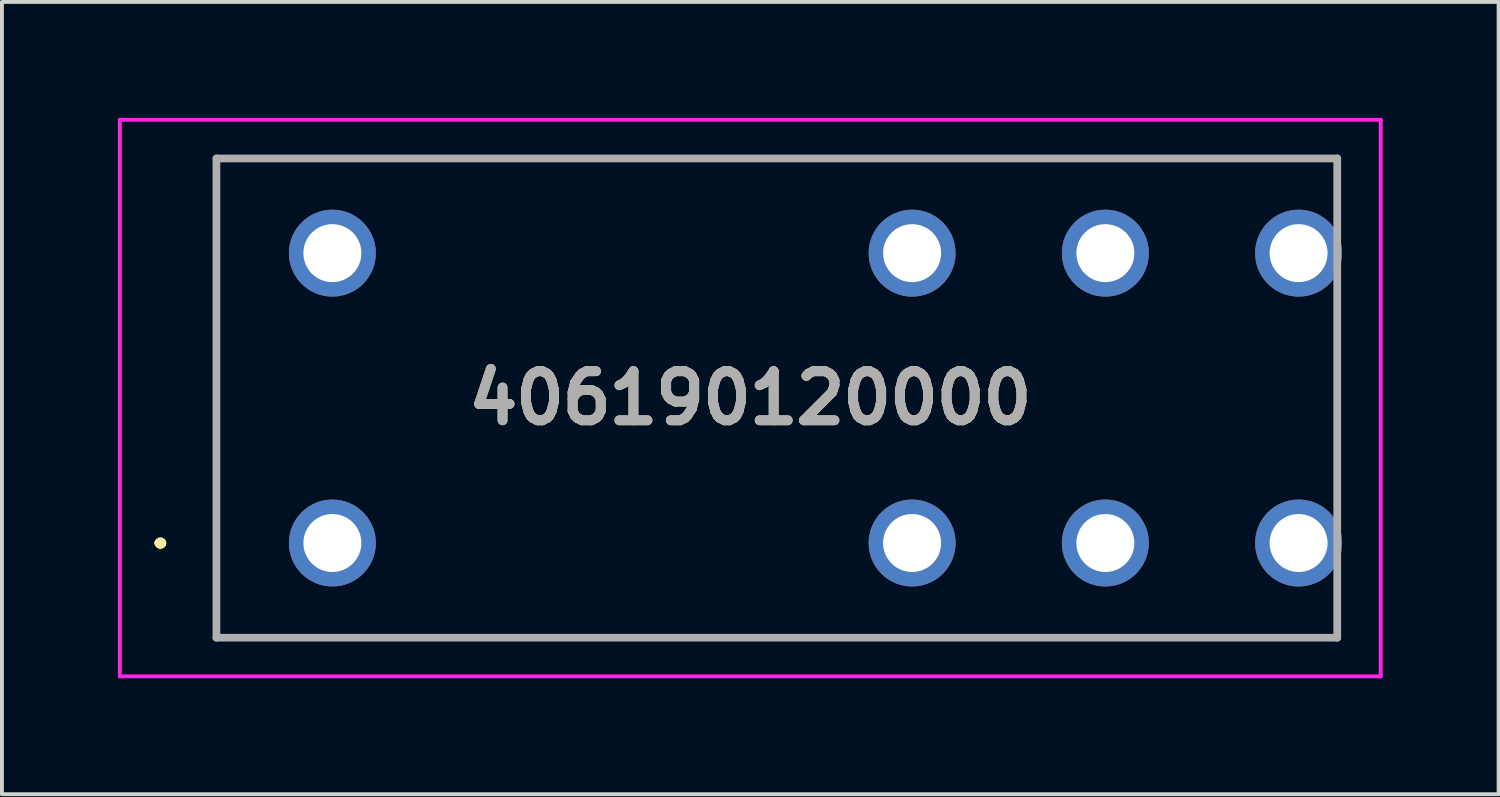
<source format=kicad_pcb>
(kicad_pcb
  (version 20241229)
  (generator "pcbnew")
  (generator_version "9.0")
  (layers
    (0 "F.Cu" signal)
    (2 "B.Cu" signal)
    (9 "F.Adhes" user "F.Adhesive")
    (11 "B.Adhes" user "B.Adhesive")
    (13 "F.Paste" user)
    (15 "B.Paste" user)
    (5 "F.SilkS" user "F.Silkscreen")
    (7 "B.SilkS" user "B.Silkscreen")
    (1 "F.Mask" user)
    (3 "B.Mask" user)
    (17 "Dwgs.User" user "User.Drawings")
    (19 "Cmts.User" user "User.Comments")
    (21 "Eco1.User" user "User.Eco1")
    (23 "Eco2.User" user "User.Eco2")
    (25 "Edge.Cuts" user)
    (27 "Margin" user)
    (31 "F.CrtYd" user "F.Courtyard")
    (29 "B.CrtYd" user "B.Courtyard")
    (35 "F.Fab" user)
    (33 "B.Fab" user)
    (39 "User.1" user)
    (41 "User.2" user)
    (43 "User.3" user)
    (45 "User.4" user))
  (footprint "406190120000"
    (layer "F.Cu")
    (at 5.55 11)
    (property "Reference" "406190120000" (at 10.813 -3.75 0) (layer "F.SilkS") (effects (font (size 1.27 1.27) (thickness 0.254))))
    (attr through_hole)
    (fp_line (start -4.5 0) (end -4.5 0) (stroke (width 0.2) (type solid)) (layer "F.SilkS"))
    (fp_line (start -4.5 0) (end -4.5 0) (stroke (width 0.2) (type solid)) (layer "F.SilkS"))
    (fp_line (start -4.4 0) (end -4.4 0) (stroke (width 0.2) (type solid)) (layer "F.SilkS"))
    (fp_line (start -3 -9.95) (end -3 -9.95) (stroke (width 0.1) (type solid)) (layer "F.SilkS"))
    (fp_line (start -3 -9.95) (end -3 -9.95) (stroke (width 0.1) (type solid)) (layer "F.SilkS"))
    (fp_line (start -3 -9.95) (end -3 2.45) (stroke (width 0.1) (type solid)) (layer "F.SilkS"))
    (fp_line (start -3 -9.95) (end 26 -9.95) (stroke (width 0.1) (type solid)) (layer "F.SilkS"))
    (fp_line (start -3 2.45) (end -3 -9.95) (stroke (width 0.1) (type solid)) (layer "F.SilkS"))
    (fp_line (start -3 2.45) (end -3 2.45) (stroke (width 0.1) (type solid)) (layer "F.SilkS"))
    (fp_line (start -3 2.45) (end -3 2.45) (stroke (width 0.1) (type solid)) (layer "F.SilkS"))
    (fp_line (start -3 2.45) (end 26 2.45) (stroke (width 0.1) (type solid)) (layer "F.SilkS"))
    (fp_line (start 26 -9.95) (end -3 -9.95) (stroke (width 0.1) (type solid)) (layer "F.SilkS"))
    (fp_line (start 26 -9.95) (end 26 -9.95) (stroke (width 0.1) (type solid)) (layer "F.SilkS"))
    (fp_line (start 26 2.45) (end -3 2.45) (stroke (width 0.1) (type solid)) (layer "F.SilkS"))
    (fp_line (start 26 2.45) (end 26 2.45) (stroke (width 0.1) (type solid)) (layer "F.SilkS"))
    (fp_arc (start -4.5 0) (mid -4.45 -0.05) (end -4.4 0) (stroke (width 0.2) (type solid)) (layer "F.SilkS"))
    (fp_arc (start -4.4 0) (mid -4.45 0.05) (end -4.5 0) (stroke (width 0.2) (type solid)) (layer "F.SilkS"))
    (fp_arc (start -4.4 0) (mid -4.45 0.05) (end -4.5 0) (stroke (width 0.2) (type solid)) (layer "F.SilkS"))
    (fp_line (start -5.5 -10.95) (end -5.5 3.45) (stroke (width 0.1) (type solid)) (layer "F.CrtYd"))
    (fp_line (start -5.5 3.45) (end 27.125 3.45) (stroke (width 0.1) (type solid)) (layer "F.CrtYd"))
    (fp_line (start 27.125 -10.95) (end -5.5 -10.95) (stroke (width 0.1) (type solid)) (layer "F.CrtYd"))
    (fp_line (start 27.125 3.45) (end 27.125 -10.95) (stroke (width 0.1) (type solid)) (layer "F.CrtYd"))
    (fp_line (start -3 -9.95) (end 26 -9.95) (stroke (width 0.2) (type solid)) (layer "F.Fab"))
    (fp_line (start -3 2.45) (end -3 -9.95) (stroke (width 0.2) (type solid)) (layer "F.Fab"))
    (fp_line (start 26 -9.95) (end 26 2.45) (stroke (width 0.2) (type solid)) (layer "F.Fab"))
    (fp_line (start 26 2.45) (end -3 2.45) (stroke (width 0.2) (type solid)) (layer "F.Fab"))
    (fp_text user "${REFERENCE}" (at 10.813 -3.75 0) (layer "F.Fab") (effects (font (size 1.27 1.27) (thickness 0.254))))
    (pad "11" thru_hole circle (at 20 0) (size 2.25 2.25) (drill 1.5) (layers "*.Cu" "*.Mask"))
    (pad "12" thru_hole circle (at 15 0) (size 2.25 2.25) (drill 1.5) (layers "*.Cu" "*.Mask"))
    (pad "14" thru_hole circle (at 25 0) (size 2.25 2.25) (drill 1.5) (layers "*.Cu" "*.Mask"))
    (pad "21" thru_hole circle (at 20 -7.5) (size 2.25 2.25) (drill 1.5) (layers "*.Cu" "*.Mask"))
    (pad "22" thru_hole circle (at 15 -7.5) (size 2.25 2.25) (drill 1.5) (layers "*.Cu" "*.Mask"))
    (pad "24" thru_hole circle (at 25 -7.5) (size 2.25 2.25) (drill 1.5) (layers "*.Cu" "*.Mask"))
    (pad "A1" thru_hole circle (at 0 0) (size 2.25 2.25) (drill 1.5) (layers "*.Cu" "*.Mask"))
    (pad "A2" thru_hole circle (at 0 -7.5) (size 2.25 2.25) (drill 1.5) (layers "*.Cu" "*.Mask")))
  (gr_rect
    (start -3 -3)
    (end 35.725 17.5)
    (stroke (width 0.1) (type default))
    (fill no)
    (layer "Edge.Cuts")))
</source>
